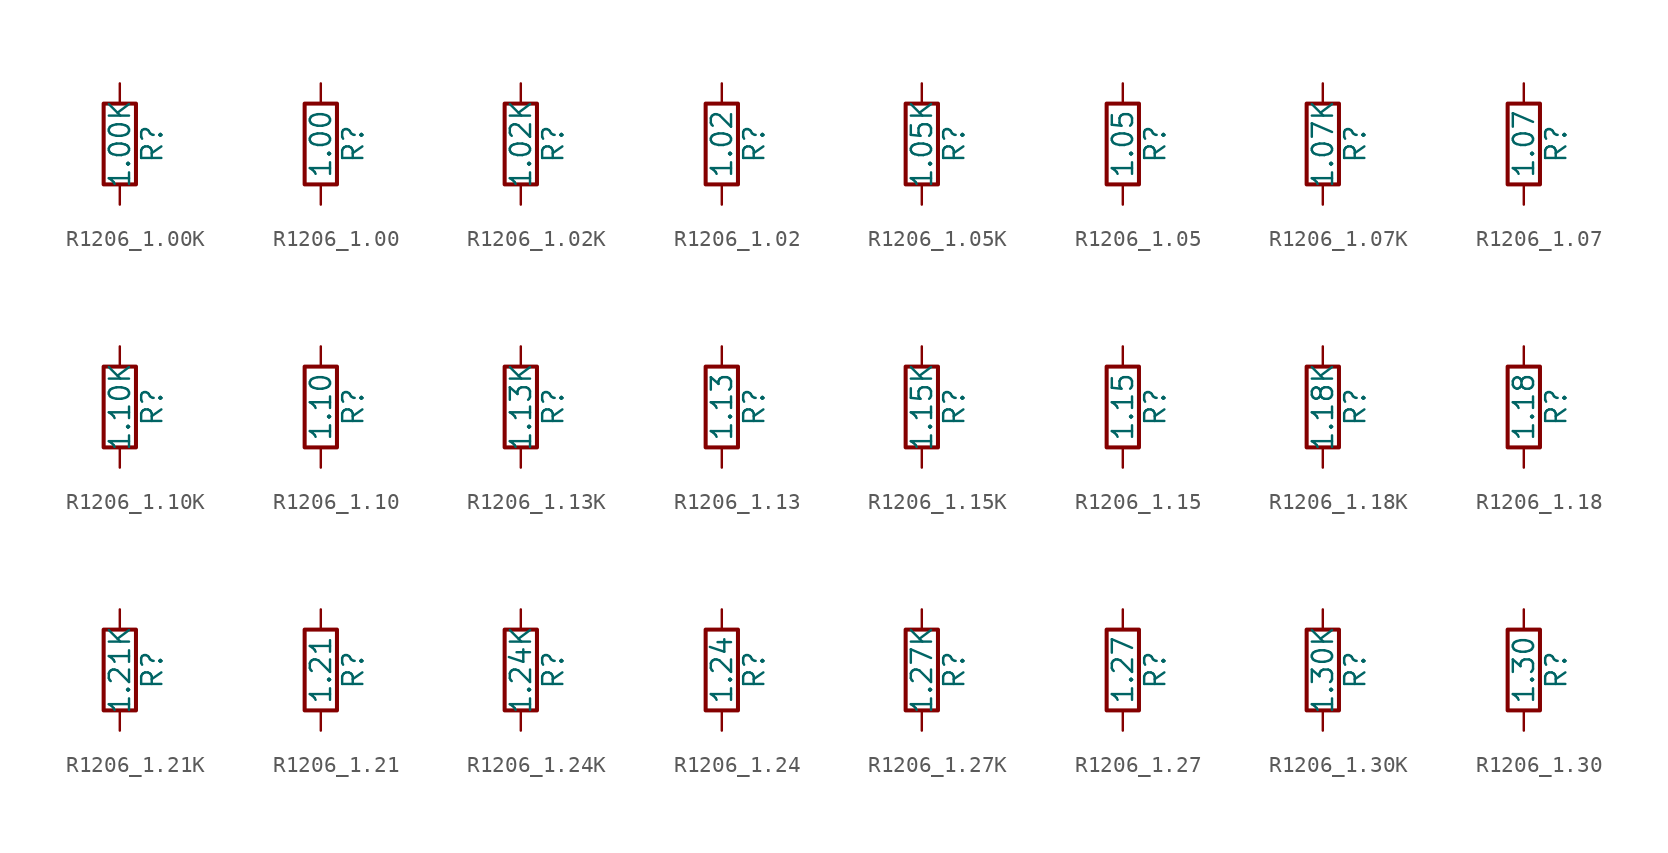
<source format=kicad_sym>
(kicad_symbol_lib
  (version 20211014)
  (generator atlantix-eda)
  (symbol "R1206_1.00K"
    (pin_numbers hide)
    (pin_names
      (offset 0))
    (property "Reference" "R"
      (at 2.032 0 90)
      (effects (font (size 1.27 1.27))))
    (property "Value" "1.00K"
      (at 0 0 90)
      (effects (font (size 1.27 1.27))))
    (symbol "R1206_1.00K_0_1"
      (rectangle (start -1.016 -2.54) (end 1.016 2.54) (stroke (width 0.254) (type default) (color 0 0 0 0)) (fill (type none))))
    (symbol "R1206_1.00K_1_1"
      (pin passive line (at 0 3.81 270) (length 1.27) (name "~" (effects (font (size 1.27 1.27)))) (number "1" (effects (font (size 1.27 1.27)))))
      (pin passive line (at 0 -3.81 90) (length 1.27) (name "~" (effects (font (size 1.27 1.27)))) (number "2" (effects (font (size 1.27 1.27)))))))
  (symbol "R1206_1.00"
    (pin_numbers hide)
    (pin_names
      (offset 0))
    (property "Reference" "R"
      (at 2.032 0 90)
      (effects (font (size 1.27 1.27))))
    (property "Value" "1.00"
      (at 0 0 90)
      (effects (font (size 1.27 1.27))))
    (symbol "R1206_1.00_0_1"
      (rectangle (start -1.016 -2.54) (end 1.016 2.54) (stroke (width 0.254) (type default) (color 0 0 0 0)) (fill (type none))))
    (symbol "R1206_1.00_1_1"
      (pin passive line (at 0 3.81 270) (length 1.27) (name "~" (effects (font (size 1.27 1.27)))) (number "1" (effects (font (size 1.27 1.27)))))
      (pin passive line (at 0 -3.81 90) (length 1.27) (name "~" (effects (font (size 1.27 1.27)))) (number "2" (effects (font (size 1.27 1.27)))))))
  (symbol "R1206_1.02K"
    (pin_numbers hide)
    (pin_names
      (offset 0))
    (property "Reference" "R"
      (at 2.032 0 90)
      (effects (font (size 1.27 1.27))))
    (property "Value" "1.02K"
      (at 0 0 90)
      (effects (font (size 1.27 1.27))))
    (symbol "R1206_1.02K_0_1"
      (rectangle (start -1.016 -2.54) (end 1.016 2.54) (stroke (width 0.254) (type default) (color 0 0 0 0)) (fill (type none))))
    (symbol "R1206_1.02K_1_1"
      (pin passive line (at 0 3.81 270) (length 1.27) (name "~" (effects (font (size 1.27 1.27)))) (number "1" (effects (font (size 1.27 1.27)))))
      (pin passive line (at 0 -3.81 90) (length 1.27) (name "~" (effects (font (size 1.27 1.27)))) (number "2" (effects (font (size 1.27 1.27)))))))
  (symbol "R1206_1.02"
    (pin_numbers hide)
    (pin_names
      (offset 0))
    (property "Reference" "R"
      (at 2.032 0 90)
      (effects (font (size 1.27 1.27))))
    (property "Value" "1.02"
      (at 0 0 90)
      (effects (font (size 1.27 1.27))))
    (symbol "R1206_1.02_0_1"
      (rectangle (start -1.016 -2.54) (end 1.016 2.54) (stroke (width 0.254) (type default) (color 0 0 0 0)) (fill (type none))))
    (symbol "R1206_1.02_1_1"
      (pin passive line (at 0 3.81 270) (length 1.27) (name "~" (effects (font (size 1.27 1.27)))) (number "1" (effects (font (size 1.27 1.27)))))
      (pin passive line (at 0 -3.81 90) (length 1.27) (name "~" (effects (font (size 1.27 1.27)))) (number "2" (effects (font (size 1.27 1.27)))))))
  (symbol "R1206_1.05K"
    (pin_numbers hide)
    (pin_names
      (offset 0))
    (property "Reference" "R"
      (at 2.032 0 90)
      (effects (font (size 1.27 1.27))))
    (property "Value" "1.05K"
      (at 0 0 90)
      (effects (font (size 1.27 1.27))))
    (symbol "R1206_1.05K_0_1"
      (rectangle (start -1.016 -2.54) (end 1.016 2.54) (stroke (width 0.254) (type default) (color 0 0 0 0)) (fill (type none))))
    (symbol "R1206_1.05K_1_1"
      (pin passive line (at 0 3.81 270) (length 1.27) (name "~" (effects (font (size 1.27 1.27)))) (number "1" (effects (font (size 1.27 1.27)))))
      (pin passive line (at 0 -3.81 90) (length 1.27) (name "~" (effects (font (size 1.27 1.27)))) (number "2" (effects (font (size 1.27 1.27)))))))
  (symbol "R1206_1.05"
    (pin_numbers hide)
    (pin_names
      (offset 0))
    (property "Reference" "R"
      (at 2.032 0 90)
      (effects (font (size 1.27 1.27))))
    (property "Value" "1.05"
      (at 0 0 90)
      (effects (font (size 1.27 1.27))))
    (symbol "R1206_1.05_0_1"
      (rectangle (start -1.016 -2.54) (end 1.016 2.54) (stroke (width 0.254) (type default) (color 0 0 0 0)) (fill (type none))))
    (symbol "R1206_1.05_1_1"
      (pin passive line (at 0 3.81 270) (length 1.27) (name "~" (effects (font (size 1.27 1.27)))) (number "1" (effects (font (size 1.27 1.27)))))
      (pin passive line (at 0 -3.81 90) (length 1.27) (name "~" (effects (font (size 1.27 1.27)))) (number "2" (effects (font (size 1.27 1.27)))))))
  (symbol "R1206_1.07K"
    (pin_numbers hide)
    (pin_names
      (offset 0))
    (property "Reference" "R"
      (at 2.032 0 90)
      (effects (font (size 1.27 1.27))))
    (property "Value" "1.07K"
      (at 0 0 90)
      (effects (font (size 1.27 1.27))))
    (symbol "R1206_1.07K_0_1"
      (rectangle (start -1.016 -2.54) (end 1.016 2.54) (stroke (width 0.254) (type default) (color 0 0 0 0)) (fill (type none))))
    (symbol "R1206_1.07K_1_1"
      (pin passive line (at 0 3.81 270) (length 1.27) (name "~" (effects (font (size 1.27 1.27)))) (number "1" (effects (font (size 1.27 1.27)))))
      (pin passive line (at 0 -3.81 90) (length 1.27) (name "~" (effects (font (size 1.27 1.27)))) (number "2" (effects (font (size 1.27 1.27)))))))
  (symbol "R1206_1.07"
    (pin_numbers hide)
    (pin_names
      (offset 0))
    (property "Reference" "R"
      (at 2.032 0 90)
      (effects (font (size 1.27 1.27))))
    (property "Value" "1.07"
      (at 0 0 90)
      (effects (font (size 1.27 1.27))))
    (symbol "R1206_1.07_0_1"
      (rectangle (start -1.016 -2.54) (end 1.016 2.54) (stroke (width 0.254) (type default) (color 0 0 0 0)) (fill (type none))))
    (symbol "R1206_1.07_1_1"
      (pin passive line (at 0 3.81 270) (length 1.27) (name "~" (effects (font (size 1.27 1.27)))) (number "1" (effects (font (size 1.27 1.27)))))
      (pin passive line (at 0 -3.81 90) (length 1.27) (name "~" (effects (font (size 1.27 1.27)))) (number "2" (effects (font (size 1.27 1.27)))))))
  (symbol "R1206_1.10K"
    (pin_numbers hide)
    (pin_names
      (offset 0))
    (property "Reference" "R"
      (at 2.032 0 90)
      (effects (font (size 1.27 1.27))))
    (property "Value" "1.10K"
      (at 0 0 90)
      (effects (font (size 1.27 1.27))))
    (symbol "R1206_1.10K_0_1"
      (rectangle (start -1.016 -2.54) (end 1.016 2.54) (stroke (width 0.254) (type default) (color 0 0 0 0)) (fill (type none))))
    (symbol "R1206_1.10K_1_1"
      (pin passive line (at 0 3.81 270) (length 1.27) (name "~" (effects (font (size 1.27 1.27)))) (number "1" (effects (font (size 1.27 1.27)))))
      (pin passive line (at 0 -3.81 90) (length 1.27) (name "~" (effects (font (size 1.27 1.27)))) (number "2" (effects (font (size 1.27 1.27)))))))
  (symbol "R1206_1.10"
    (pin_numbers hide)
    (pin_names
      (offset 0))
    (property "Reference" "R"
      (at 2.032 0 90)
      (effects (font (size 1.27 1.27))))
    (property "Value" "1.10"
      (at 0 0 90)
      (effects (font (size 1.27 1.27))))
    (symbol "R1206_1.10_0_1"
      (rectangle (start -1.016 -2.54) (end 1.016 2.54) (stroke (width 0.254) (type default) (color 0 0 0 0)) (fill (type none))))
    (symbol "R1206_1.10_1_1"
      (pin passive line (at 0 3.81 270) (length 1.27) (name "~" (effects (font (size 1.27 1.27)))) (number "1" (effects (font (size 1.27 1.27)))))
      (pin passive line (at 0 -3.81 90) (length 1.27) (name "~" (effects (font (size 1.27 1.27)))) (number "2" (effects (font (size 1.27 1.27)))))))
  (symbol "R1206_1.13K"
    (pin_numbers hide)
    (pin_names
      (offset 0))
    (property "Reference" "R"
      (at 2.032 0 90)
      (effects (font (size 1.27 1.27))))
    (property "Value" "1.13K"
      (at 0 0 90)
      (effects (font (size 1.27 1.27))))
    (symbol "R1206_1.13K_0_1"
      (rectangle (start -1.016 -2.54) (end 1.016 2.54) (stroke (width 0.254) (type default) (color 0 0 0 0)) (fill (type none))))
    (symbol "R1206_1.13K_1_1"
      (pin passive line (at 0 3.81 270) (length 1.27) (name "~" (effects (font (size 1.27 1.27)))) (number "1" (effects (font (size 1.27 1.27)))))
      (pin passive line (at 0 -3.81 90) (length 1.27) (name "~" (effects (font (size 1.27 1.27)))) (number "2" (effects (font (size 1.27 1.27)))))))
  (symbol "R1206_1.13"
    (pin_numbers hide)
    (pin_names
      (offset 0))
    (property "Reference" "R"
      (at 2.032 0 90)
      (effects (font (size 1.27 1.27))))
    (property "Value" "1.13"
      (at 0 0 90)
      (effects (font (size 1.27 1.27))))
    (symbol "R1206_1.13_0_1"
      (rectangle (start -1.016 -2.54) (end 1.016 2.54) (stroke (width 0.254) (type default) (color 0 0 0 0)) (fill (type none))))
    (symbol "R1206_1.13_1_1"
      (pin passive line (at 0 3.81 270) (length 1.27) (name "~" (effects (font (size 1.27 1.27)))) (number "1" (effects (font (size 1.27 1.27)))))
      (pin passive line (at 0 -3.81 90) (length 1.27) (name "~" (effects (font (size 1.27 1.27)))) (number "2" (effects (font (size 1.27 1.27)))))))
  (symbol "R1206_1.15K"
    (pin_numbers hide)
    (pin_names
      (offset 0))
    (property "Reference" "R"
      (at 2.032 0 90)
      (effects (font (size 1.27 1.27))))
    (property "Value" "1.15K"
      (at 0 0 90)
      (effects (font (size 1.27 1.27))))
    (symbol "R1206_1.15K_0_1"
      (rectangle (start -1.016 -2.54) (end 1.016 2.54) (stroke (width 0.254) (type default) (color 0 0 0 0)) (fill (type none))))
    (symbol "R1206_1.15K_1_1"
      (pin passive line (at 0 3.81 270) (length 1.27) (name "~" (effects (font (size 1.27 1.27)))) (number "1" (effects (font (size 1.27 1.27)))))
      (pin passive line (at 0 -3.81 90) (length 1.27) (name "~" (effects (font (size 1.27 1.27)))) (number "2" (effects (font (size 1.27 1.27)))))))
  (symbol "R1206_1.15"
    (pin_numbers hide)
    (pin_names
      (offset 0))
    (property "Reference" "R"
      (at 2.032 0 90)
      (effects (font (size 1.27 1.27))))
    (property "Value" "1.15"
      (at 0 0 90)
      (effects (font (size 1.27 1.27))))
    (symbol "R1206_1.15_0_1"
      (rectangle (start -1.016 -2.54) (end 1.016 2.54) (stroke (width 0.254) (type default) (color 0 0 0 0)) (fill (type none))))
    (symbol "R1206_1.15_1_1"
      (pin passive line (at 0 3.81 270) (length 1.27) (name "~" (effects (font (size 1.27 1.27)))) (number "1" (effects (font (size 1.27 1.27)))))
      (pin passive line (at 0 -3.81 90) (length 1.27) (name "~" (effects (font (size 1.27 1.27)))) (number "2" (effects (font (size 1.27 1.27)))))))
  (symbol "R1206_1.18K"
    (pin_numbers hide)
    (pin_names
      (offset 0))
    (property "Reference" "R"
      (at 2.032 0 90)
      (effects (font (size 1.27 1.27))))
    (property "Value" "1.18K"
      (at 0 0 90)
      (effects (font (size 1.27 1.27))))
    (symbol "R1206_1.18K_0_1"
      (rectangle (start -1.016 -2.54) (end 1.016 2.54) (stroke (width 0.254) (type default) (color 0 0 0 0)) (fill (type none))))
    (symbol "R1206_1.18K_1_1"
      (pin passive line (at 0 3.81 270) (length 1.27) (name "~" (effects (font (size 1.27 1.27)))) (number "1" (effects (font (size 1.27 1.27)))))
      (pin passive line (at 0 -3.81 90) (length 1.27) (name "~" (effects (font (size 1.27 1.27)))) (number "2" (effects (font (size 1.27 1.27)))))))
  (symbol "R1206_1.18"
    (pin_numbers hide)
    (pin_names
      (offset 0))
    (property "Reference" "R"
      (at 2.032 0 90)
      (effects (font (size 1.27 1.27))))
    (property "Value" "1.18"
      (at 0 0 90)
      (effects (font (size 1.27 1.27))))
    (symbol "R1206_1.18_0_1"
      (rectangle (start -1.016 -2.54) (end 1.016 2.54) (stroke (width 0.254) (type default) (color 0 0 0 0)) (fill (type none))))
    (symbol "R1206_1.18_1_1"
      (pin passive line (at 0 3.81 270) (length 1.27) (name "~" (effects (font (size 1.27 1.27)))) (number "1" (effects (font (size 1.27 1.27)))))
      (pin passive line (at 0 -3.81 90) (length 1.27) (name "~" (effects (font (size 1.27 1.27)))) (number "2" (effects (font (size 1.27 1.27)))))))
  (symbol "R1206_1.21K"
    (pin_numbers hide)
    (pin_names
      (offset 0))
    (property "Reference" "R"
      (at 2.032 0 90)
      (effects (font (size 1.27 1.27))))
    (property "Value" "1.21K"
      (at 0 0 90)
      (effects (font (size 1.27 1.27))))
    (symbol "R1206_1.21K_0_1"
      (rectangle (start -1.016 -2.54) (end 1.016 2.54) (stroke (width 0.254) (type default) (color 0 0 0 0)) (fill (type none))))
    (symbol "R1206_1.21K_1_1"
      (pin passive line (at 0 3.81 270) (length 1.27) (name "~" (effects (font (size 1.27 1.27)))) (number "1" (effects (font (size 1.27 1.27)))))
      (pin passive line (at 0 -3.81 90) (length 1.27) (name "~" (effects (font (size 1.27 1.27)))) (number "2" (effects (font (size 1.27 1.27)))))))
  (symbol "R1206_1.21"
    (pin_numbers hide)
    (pin_names
      (offset 0))
    (property "Reference" "R"
      (at 2.032 0 90)
      (effects (font (size 1.27 1.27))))
    (property "Value" "1.21"
      (at 0 0 90)
      (effects (font (size 1.27 1.27))))
    (symbol "R1206_1.21_0_1"
      (rectangle (start -1.016 -2.54) (end 1.016 2.54) (stroke (width 0.254) (type default) (color 0 0 0 0)) (fill (type none))))
    (symbol "R1206_1.21_1_1"
      (pin passive line (at 0 3.81 270) (length 1.27) (name "~" (effects (font (size 1.27 1.27)))) (number "1" (effects (font (size 1.27 1.27)))))
      (pin passive line (at 0 -3.81 90) (length 1.27) (name "~" (effects (font (size 1.27 1.27)))) (number "2" (effects (font (size 1.27 1.27)))))))
  (symbol "R1206_1.24K"
    (pin_numbers hide)
    (pin_names
      (offset 0))
    (property "Reference" "R"
      (at 2.032 0 90)
      (effects (font (size 1.27 1.27))))
    (property "Value" "1.24K"
      (at 0 0 90)
      (effects (font (size 1.27 1.27))))
    (symbol "R1206_1.24K_0_1"
      (rectangle (start -1.016 -2.54) (end 1.016 2.54) (stroke (width 0.254) (type default) (color 0 0 0 0)) (fill (type none))))
    (symbol "R1206_1.24K_1_1"
      (pin passive line (at 0 3.81 270) (length 1.27) (name "~" (effects (font (size 1.27 1.27)))) (number "1" (effects (font (size 1.27 1.27)))))
      (pin passive line (at 0 -3.81 90) (length 1.27) (name "~" (effects (font (size 1.27 1.27)))) (number "2" (effects (font (size 1.27 1.27)))))))
  (symbol "R1206_1.24"
    (pin_numbers hide)
    (pin_names
      (offset 0))
    (property "Reference" "R"
      (at 2.032 0 90)
      (effects (font (size 1.27 1.27))))
    (property "Value" "1.24"
      (at 0 0 90)
      (effects (font (size 1.27 1.27))))
    (symbol "R1206_1.24_0_1"
      (rectangle (start -1.016 -2.54) (end 1.016 2.54) (stroke (width 0.254) (type default) (color 0 0 0 0)) (fill (type none))))
    (symbol "R1206_1.24_1_1"
      (pin passive line (at 0 3.81 270) (length 1.27) (name "~" (effects (font (size 1.27 1.27)))) (number "1" (effects (font (size 1.27 1.27)))))
      (pin passive line (at 0 -3.81 90) (length 1.27) (name "~" (effects (font (size 1.27 1.27)))) (number "2" (effects (font (size 1.27 1.27)))))))
  (symbol "R1206_1.27K"
    (pin_numbers hide)
    (pin_names
      (offset 0))
    (property "Reference" "R"
      (at 2.032 0 90)
      (effects (font (size 1.27 1.27))))
    (property "Value" "1.27K"
      (at 0 0 90)
      (effects (font (size 1.27 1.27))))
    (symbol "R1206_1.27K_0_1"
      (rectangle (start -1.016 -2.54) (end 1.016 2.54) (stroke (width 0.254) (type default) (color 0 0 0 0)) (fill (type none))))
    (symbol "R1206_1.27K_1_1"
      (pin passive line (at 0 3.81 270) (length 1.27) (name "~" (effects (font (size 1.27 1.27)))) (number "1" (effects (font (size 1.27 1.27)))))
      (pin passive line (at 0 -3.81 90) (length 1.27) (name "~" (effects (font (size 1.27 1.27)))) (number "2" (effects (font (size 1.27 1.27)))))))
  (symbol "R1206_1.27"
    (pin_numbers hide)
    (pin_names
      (offset 0))
    (property "Reference" "R"
      (at 2.032 0 90)
      (effects (font (size 1.27 1.27))))
    (property "Value" "1.27"
      (at 0 0 90)
      (effects (font (size 1.27 1.27))))
    (symbol "R1206_1.27_0_1"
      (rectangle (start -1.016 -2.54) (end 1.016 2.54) (stroke (width 0.254) (type default) (color 0 0 0 0)) (fill (type none))))
    (symbol "R1206_1.27_1_1"
      (pin passive line (at 0 3.81 270) (length 1.27) (name "~" (effects (font (size 1.27 1.27)))) (number "1" (effects (font (size 1.27 1.27)))))
      (pin passive line (at 0 -3.81 90) (length 1.27) (name "~" (effects (font (size 1.27 1.27)))) (number "2" (effects (font (size 1.27 1.27)))))))
  (symbol "R1206_1.30K"
    (pin_numbers hide)
    (pin_names
      (offset 0))
    (property "Reference" "R"
      (at 2.032 0 90)
      (effects (font (size 1.27 1.27))))
    (property "Value" "1.30K"
      (at 0 0 90)
      (effects (font (size 1.27 1.27))))
    (symbol "R1206_1.30K_0_1"
      (rectangle (start -1.016 -2.54) (end 1.016 2.54) (stroke (width 0.254) (type default) (color 0 0 0 0)) (fill (type none))))
    (symbol "R1206_1.30K_1_1"
      (pin passive line (at 0 3.81 270) (length 1.27) (name "~" (effects (font (size 1.27 1.27)))) (number "1" (effects (font (size 1.27 1.27)))))
      (pin passive line (at 0 -3.81 90) (length 1.27) (name "~" (effects (font (size 1.27 1.27)))) (number "2" (effects (font (size 1.27 1.27)))))))
  (symbol "R1206_1.30"
    (pin_numbers hide)
    (pin_names
      (offset 0))
    (property "Reference" "R"
      (at 2.032 0 90)
      (effects (font (size 1.27 1.27))))
    (property "Value" "1.30"
      (at 0 0 90)
      (effects (font (size 1.27 1.27))))
    (symbol "R1206_1.30_0_1"
      (rectangle (start -1.016 -2.54) (end 1.016 2.54) (stroke (width 0.254) (type default) (color 0 0 0 0)) (fill (type none))))
    (symbol "R1206_1.30_1_1"
      (pin passive line (at 0 3.81 270) (length 1.27) (name "~" (effects (font (size 1.27 1.27)))) (number "1" (effects (font (size 1.27 1.27)))))
      (pin passive line (at 0 -3.81 90) (length 1.27) (name "~" (effects (font (size 1.27 1.27)))) (number "2" (effects (font (size 1.27 1.27))))))))
</source>
